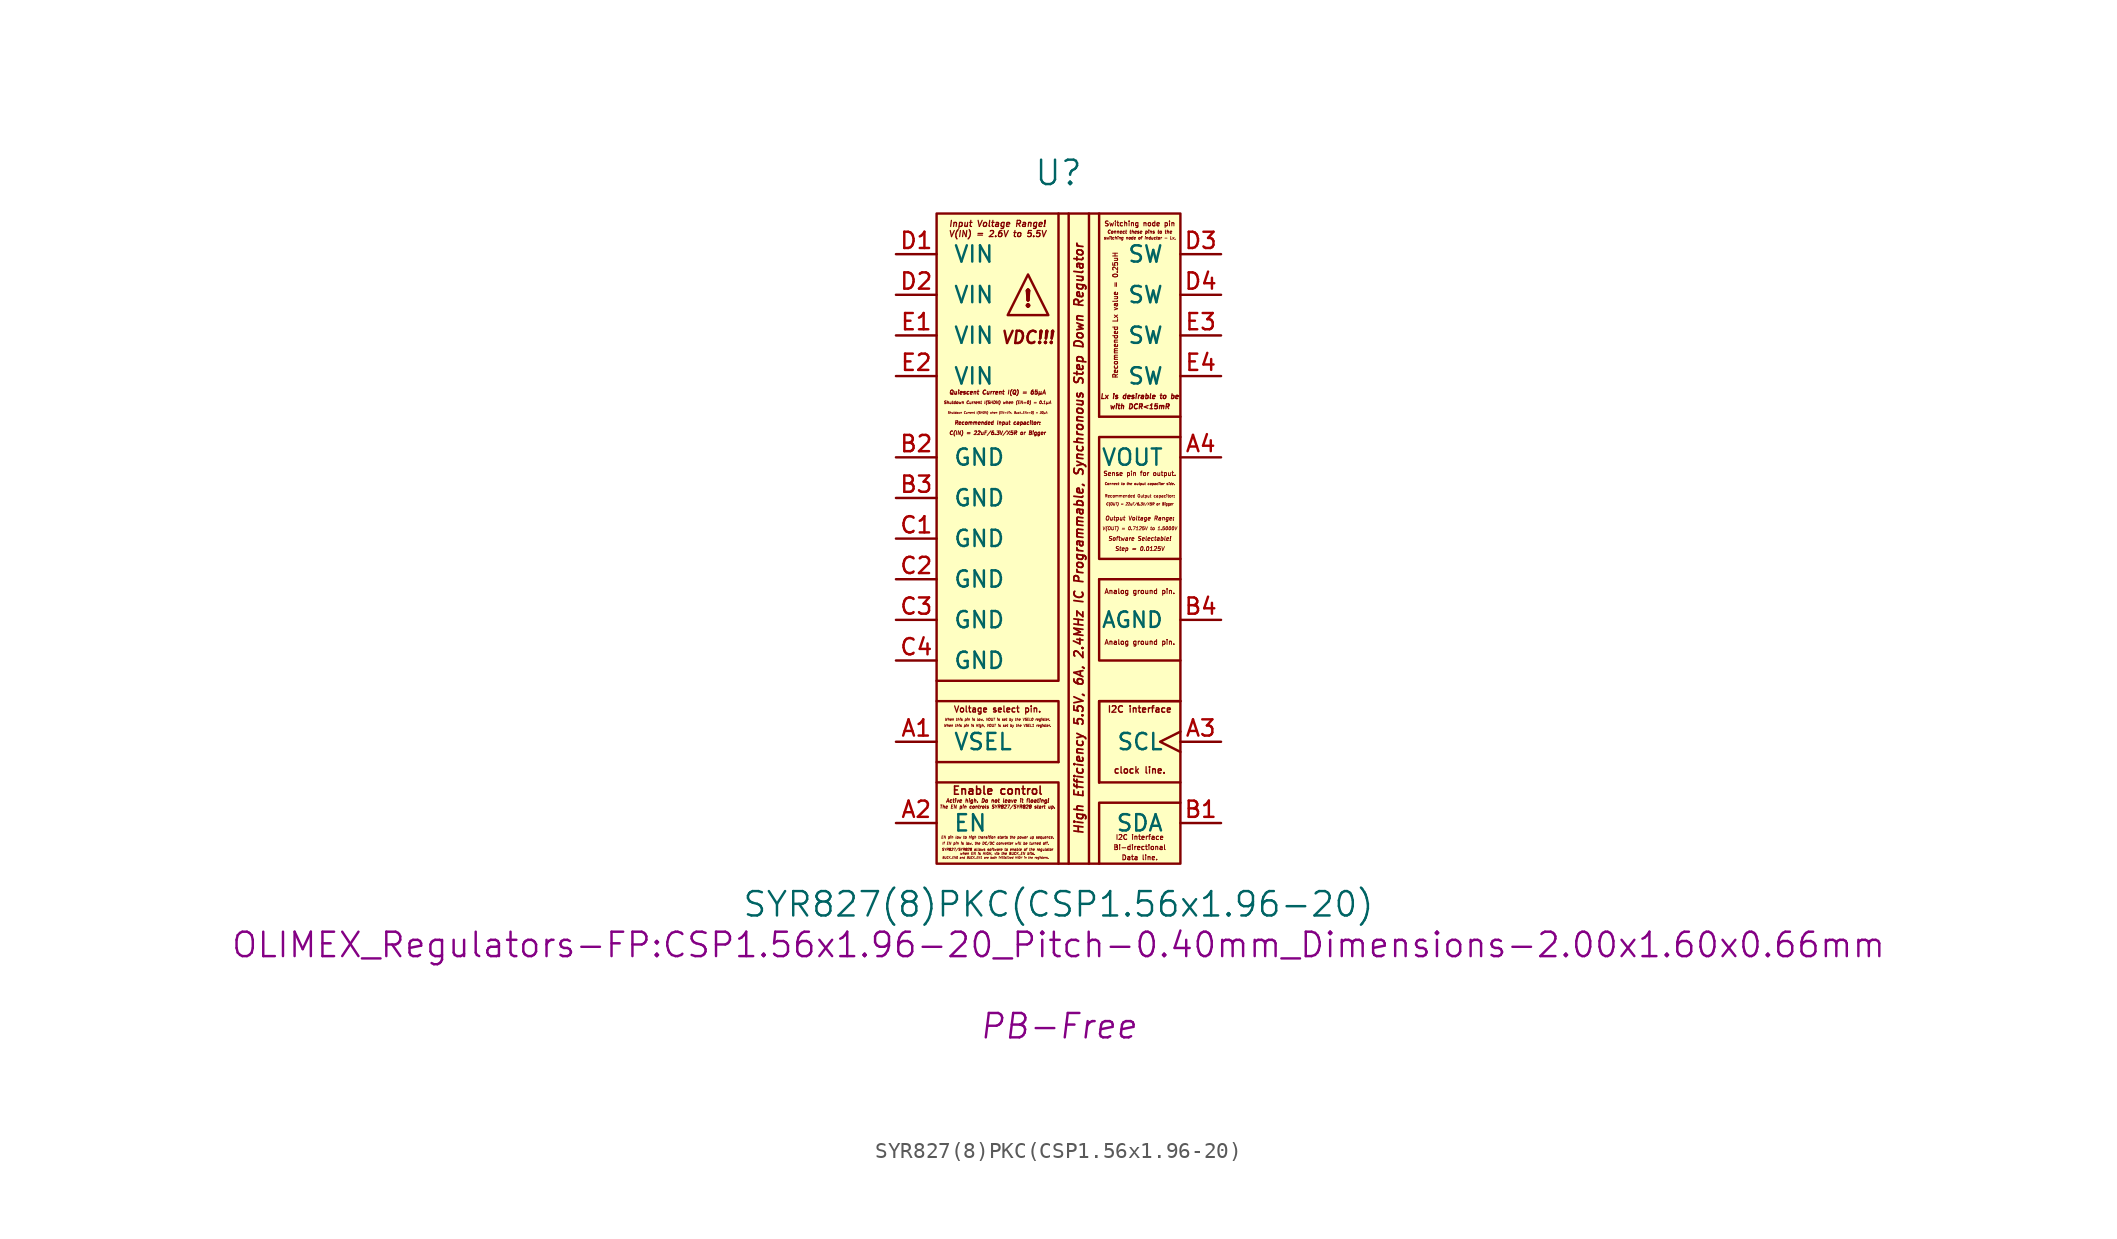
<source format=kicad_sym>
(kicad_symbol_lib
  (version 20220914)
  (generator kicad_symbol_editor)
  (symbol "SYR827(8)PKC(CSP1.56x1.96-20)"
    (pin_names
      (offset 1.016))
    (property "Reference" "U"
      (at 0 22.86 0)
      (effects (font (size 1.524 1.524))))
    (property "Value" "SYR827(8)PKC(CSP1.56x1.96-20)"
      (at 0 -22.86 0)
      (effects (font (size 1.524 1.524))))
    (property "Footprint" "OLIMEX_Regulators-FP:CSP1.56x1.96-20_Pitch-0.40mm_Dimensions-2.00x1.60x0.66mm"
      (at 0 -25.4 0)
      (effects (font (size 1.524 1.524))))
    (property "Datasheet" ""
      (at 0 -27.94 0)
      (effects (font (size 1.524 1.524))))
    (property "Note:" "PB-Free"
      (at 0 -30.48 0)
      (effects (font (size 1.524 1.524) italic)))
    (symbol "SYR827(8)PKC(CSP1.56x1.96-20)_0_0"
      (polyline (pts (xy 0 -13.97) (xy -7.62 -13.97)) (stroke (width 0) (type solid)) (fill (type none)))
      (polyline (pts (xy 0.635 20.32) (xy 0.635 -20.32)) (stroke (width 0) (type solid)) (fill (type none)))
      (polyline (pts (xy 1.905 20.32) (xy 1.905 -20.32)) (stroke (width 0) (type solid)) (fill (type none)))
      (polyline (pts (xy 2.54 -15.24) (xy 7.62 -15.24)) (stroke (width 0) (type solid)) (fill (type none)))
      (polyline (pts (xy 2.54 -2.54) (xy 7.62 -2.54)) (stroke (width 0) (type solid)) (fill (type none)))
      (polyline (pts (xy 2.54 7.62) (xy 2.54 20.32)) (stroke (width 0) (type solid)) (fill (type none)))
      (polyline (pts (xy 2.54 7.62) (xy 7.62 7.62)) (stroke (width 0) (type solid)) (fill (type none)))
      (polyline (pts (xy -7.62 -15.24) (xy 0 -15.24) (xy 0 -20.32)) (stroke (width 0) (type solid)) (fill (type none)))
      (polyline (pts (xy 0 20.32) (xy 0 -8.89) (xy -7.62 -8.89)) (stroke (width 0) (type solid)) (fill (type none)))
      (polyline (pts (xy 2.54 -15.24) (xy 2.54 -10.16) (xy 7.62 -10.16)) (stroke (width 0) (type solid)) (fill (type none)))
      (polyline (pts (xy 2.54 -15.24) (xy 2.54 -10.16) (xy 7.62 -10.16)) (stroke (width 0) (type solid)) (fill (type none)))
      (polyline (pts (xy 2.54 -2.54) (xy 2.54 -7.62) (xy 7.62 -7.62)) (stroke (width 0) (type solid)) (fill (type none)))
      (polyline (pts (xy 7.62 -16.51) (xy 2.54 -16.51) (xy 2.54 -20.32)) (stroke (width 0) (type solid)) (fill (type none)))
      (polyline (pts (xy -7.62 -10.16) (xy -4.445 -10.16) (xy 0 -10.16) (xy 0 -13.97)) (stroke (width 0) (type solid)) (fill (type none)))
      (polyline (pts (xy -3.175 13.97) (xy -1.905 16.51) (xy -0.635 13.97) (xy -3.175 13.97)) (stroke (width 0) (type solid)) (fill (type none)))
      (polyline (pts (xy 7.62 6.35) (xy 2.54 6.35) (xy 2.54 -1.27) (xy 7.62 -1.27)) (stroke (width 0) (type solid)) (fill (type none)))
      (text "!" (at -1.905 14.986 0) (effects (font (size 1.016 1.016) bold)))
      (text "Active high. Do not leave it floating!" (at -3.81 -16.383 0) (effects (font (size 0.229 0.229) italic)))
      (text "Analog ground pin." (at 5.08 -6.477 0) (effects (font (size 0.305 0.305) bold)))
      (text "Analog ground pin." (at 5.08 -3.302 0) (effects (font (size 0.305 0.305) bold)))
      (text "Bi-directional" (at 5.08 -19.304 0) (effects (font (size 0.305 0.305) bold)))
      (text "BUCK_EN0 and BUCK_EN1 are both initialized HIGH in the registers." (at -3.937 -19.939 0) (effects (font (size 0.127 0.127) italic)))
      (text "C(IN) = 22uF/6.3V/X5R or Bigger" (at -3.81 6.604 0) (effects (font (size 0.229 0.229) italic)))
      (text "C(OUT) = 22uF/6.3V/X5R or Bigger" (at 5.08 2.159 0) (effects (font (size 0.152 0.152) italic)))
      (text "clock line." (at 5.08 -14.478 0) (effects (font (size 0.406 0.406) bold)))
      (text "Connect these pins to the" (at 5.08 19.177 0) (effects (font (size 0.203 0.203) italic)))
      (text "Connect to the output capacitor side." (at 5.08 3.429 0) (effects (font (size 0.152 0.152) italic)))
      (text "Data line." (at 5.08 -19.939 0) (effects (font (size 0.305 0.305) bold)))
      (text "EN pin low to high transition starts the power up sequence." (at -3.81 -18.669 0) (effects (font (size 0.152 0.152) italic)))
      (text "Enable control" (at -3.81 -15.748 0) (effects (font (size 0.508 0.508) bold)))
      (text "High Efficiency 5.5V, 6A, 2.4MHz IC Programmable, Synchronous Step Down Regulator" (at 1.27 0 900) (effects (font (size 0.559 0.559) bold italic)))
      (text "I2C interface" (at 5.08 -18.669 0) (effects (font (size 0.305 0.305) bold)))
      (text "I2C interface" (at 5.08 -10.668 0) (effects (font (size 0.406 0.406) bold)))
      (text "If EN pin is low, the DC/DC converter will be turned off." (at -3.937 -19.05 0) (effects (font (size 0.152 0.152) italic)))
      (text "Input Voltage Range!" (at -3.81 19.685 0) (effects (font (size 0.381 0.381) bold italic)))
      (text "Lx is desirable to be" (at 5.08 8.89 0) (effects (font (size 0.305 0.305) italic)))
      (text "Output Voltage Range:" (at 5.08 1.27 0) (effects (font (size 0.254 0.254) bold italic)))
      (text "Quiescent Current I(Q) = 65µA" (at -3.81 9.144 0) (effects (font (size 0.254 0.254) italic)))
      (text "Recommended Input capacitor:" (at -3.81 7.239 0) (effects (font (size 0.229 0.229) italic)))
      (text "Recommended Lx value = 0.25uH" (at 3.556 13.97 900) (effects (font (size 0.305 0.305) bold)))
      (text "Recommended Output capacitor:" (at 5.08 2.667 0) (effects (font (size 0.178 0.178) bold)))
      (text "Sense pin for output." (at 5.08 4.064 0) (effects (font (size 0.279 0.279) bold)))
      (text "Shutdown Current I(SHDN) when (EN=0) = 0.1µA" (at -3.81 8.509 0) (effects (font (size 0.178 0.178) italic)))
      (text "Shutdown Current I(SHDN) when (EN=Vin, Buck_ENx=0) = 30µA" (at -3.81 7.874 0) (effects (font (size 0.127 0.127) italic)))
      (text "Software Selectable!" (at 5.08 0 0) (effects (font (size 0.254 0.254) bold italic)))
      (text "Step = 0.0125V" (at 5.08 -0.635 0) (effects (font (size 0.254 0.254) bold italic)))
      (text "switching node of inductor - Lx," (at 5.08 18.796 0) (effects (font (size 0.178 0.178) italic)))
      (text "Switching node pin" (at 5.08 19.685 0) (effects (font (size 0.305 0.305) bold)))
      (text "SYR827/SYR828 allows software to enable of the regulator" (at -3.81 -19.431 0) (effects (font (size 0.152 0.152) italic)))
      (text "The EN pin controls SYR827/SYR828 start up." (at -3.81 -16.764 0) (effects (font (size 0.203 0.203) italic)))
      (text "V(IN) = 2.6V to 5.5V" (at -3.81 19.05 0) (effects (font (size 0.381 0.381) bold italic)))
      (text "V(OUT) = 0.7125V to 1.5000V" (at 5.08 0.635 0) (effects (font (size 0.203 0.203) bold italic)))
      (text "VDC!!!" (at -1.905 12.573 0) (effects (font (size 0.762 0.762) bold italic)))
      (text "Voltage select pin." (at -3.81 -10.668 0) (effects (font (size 0.381 0.381) bold)))
      (text "when EN is HIGH, via the BUCK_EN bits." (at -3.81 -19.685 0) (effects (font (size 0.152 0.152) italic)))
      (text "When this pin is high, VOUT is set by the VSEL1 register." (at -3.81 -11.684 0) (effects (font (size 0.152 0.152) italic)))
      (text "When this pin is low, VOUT is set by the VSEL0 register." (at -3.81 -11.303 0) (effects (font (size 0.152 0.152) italic)))
      (text "with DCR<15mR" (at 5.08 8.255 0) (effects (font (size 0.305 0.305) italic))))
    (symbol "SYR827(8)PKC(CSP1.56x1.96-20)_0_1"
      (rectangle (start -7.62 20.32) (end 7.62 -20.32) (stroke (width 0) (type solid)) (fill (type background))))
    (symbol "SYR827(8)PKC(CSP1.56x1.96-20)_1_1"
      (pin input line (at -10.16 -12.7 0) (length 2.54) (name "VSEL" (effects (font (size 1.016 1.016)))) (number "A1" (effects (font (size 1.016 1.016)))))
      (pin input line (at -10.16 -17.78 0) (length 2.54) (name "EN" (effects (font (size 1.016 1.016)))) (number "A2" (effects (font (size 1.016 1.016)))))
      (pin input clock (at 10.16 -12.7 180) (length 2.54) (name "SCL" (effects (font (size 1.016 1.016)))) (number "A3" (effects (font (size 1.016 1.016)))))
      (pin input line (at 10.16 5.08 180) (length 2.54) (name "VOUT" (effects (font (size 1.016 1.016)))) (number "A4" (effects (font (size 1.016 1.016)))))
      (pin bidirectional line (at 10.16 -17.78 180) (length 2.54) (name "SDA" (effects (font (size 1.016 1.016)))) (number "B1" (effects (font (size 1.016 1.016)))))
      (pin power_in line (at -10.16 5.08 0) (length 2.54) (name "GND" (effects (font (size 1.016 1.016)))) (number "B2" (effects (font (size 1.016 1.016)))))
      (pin power_in line (at -10.16 2.54 0) (length 2.54) (name "GND" (effects (font (size 1.016 1.016)))) (number "B3" (effects (font (size 1.016 1.016)))))
      (pin power_in line (at 10.16 -5.08 180) (length 2.54) (name "AGND" (effects (font (size 0.965 0.965)))) (number "B4" (effects (font (size 1.016 1.016)))))
      (pin power_in line (at -10.16 0 0) (length 2.54) (name "GND" (effects (font (size 1.016 1.016)))) (number "C1" (effects (font (size 1.016 1.016)))))
      (pin power_in line (at -10.16 -2.54 0) (length 2.54) (name "GND" (effects (font (size 1.016 1.016)))) (number "C2" (effects (font (size 1.016 1.016)))))
      (pin power_in line (at -10.16 -5.08 0) (length 2.54) (name "GND" (effects (font (size 1.016 1.016)))) (number "C3" (effects (font (size 1.016 1.016)))))
      (pin power_in line (at -10.16 -7.62 0) (length 2.54) (name "GND" (effects (font (size 1.016 1.016)))) (number "C4" (effects (font (size 1.016 1.016)))))
      (pin power_in line (at -10.16 17.78 0) (length 2.54) (name "VIN" (effects (font (size 1.016 1.016)))) (number "D1" (effects (font (size 1.016 1.016)))))
      (pin power_in line (at -10.16 15.24 0) (length 2.54) (name "VIN" (effects (font (size 1.016 1.016)))) (number "D2" (effects (font (size 1.016 1.016)))))
      (pin power_out line (at 10.16 17.78 180) (length 2.54) (name "SW" (effects (font (size 1.016 1.016)))) (number "D3" (effects (font (size 1.016 1.016)))))
      (pin power_out line (at 10.16 15.24 180) (length 2.54) (name "SW" (effects (font (size 1.016 1.016)))) (number "D4" (effects (font (size 1.016 1.016)))))
      (pin power_in line (at -10.16 12.7 0) (length 2.54) (name "VIN" (effects (font (size 1.016 1.016)))) (number "E1" (effects (font (size 1.016 1.016)))))
      (pin power_in line (at -10.16 10.16 0) (length 2.54) (name "VIN" (effects (font (size 1.016 1.016)))) (number "E2" (effects (font (size 1.016 1.016)))))
      (pin power_out line (at 10.16 12.7 180) (length 2.54) (name "SW" (effects (font (size 1.016 1.016)))) (number "E3" (effects (font (size 1.016 1.016)))))
      (pin power_out line (at 10.16 10.16 180) (length 2.54) (name "SW" (effects (font (size 1.016 1.016)))) (number "E4" (effects (font (size 1.016 1.016))))))))
</source>
